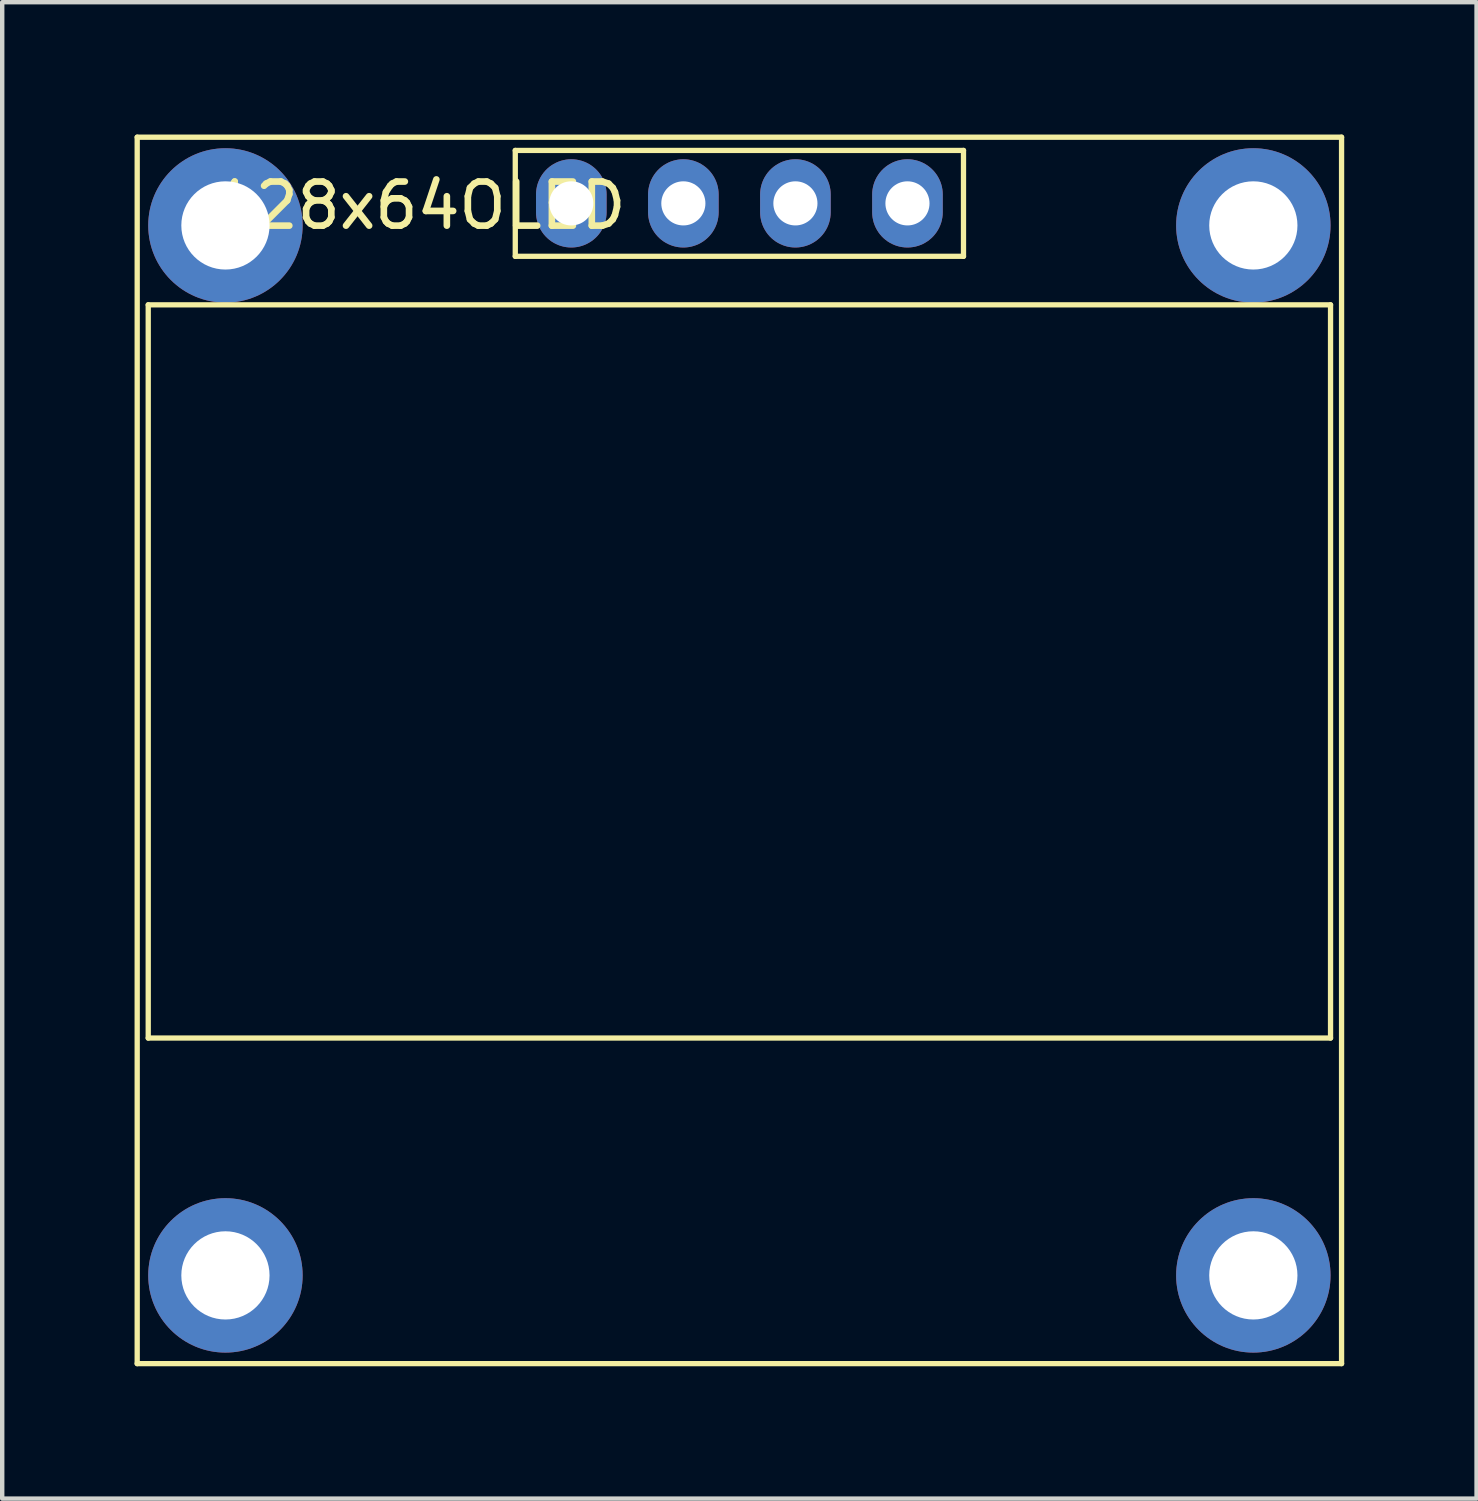
<source format=kicad_pcb>
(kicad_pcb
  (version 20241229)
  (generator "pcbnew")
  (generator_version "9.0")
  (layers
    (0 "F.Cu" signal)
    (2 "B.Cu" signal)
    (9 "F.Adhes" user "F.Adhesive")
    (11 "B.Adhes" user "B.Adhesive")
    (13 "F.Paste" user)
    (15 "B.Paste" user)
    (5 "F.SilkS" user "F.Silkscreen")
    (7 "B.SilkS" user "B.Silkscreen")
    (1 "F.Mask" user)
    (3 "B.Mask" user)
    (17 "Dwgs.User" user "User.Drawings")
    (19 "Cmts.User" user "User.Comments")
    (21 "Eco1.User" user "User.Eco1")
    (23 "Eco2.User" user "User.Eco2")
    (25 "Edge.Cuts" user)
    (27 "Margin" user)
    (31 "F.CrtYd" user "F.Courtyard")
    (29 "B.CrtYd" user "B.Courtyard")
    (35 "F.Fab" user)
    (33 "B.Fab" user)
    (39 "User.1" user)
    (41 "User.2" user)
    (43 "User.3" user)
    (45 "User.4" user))
  (footprint "128x64OLED"
    (layer "F.Cu")
    (at 13.71 12.86)
    (property "Reference" "128x64OLED" (at -7.25 -11.25 180) (layer "F.SilkS") (effects (font (size 1 1) (thickness 0.15))))
    (attr through_hole)
    (fp_line (start -13.65 -12.8) (end 13.65 -12.8) (stroke (width 0.12) (type solid)) (layer "F.SilkS"))
    (fp_line (start -13.65 15) (end -13.65 -12.8) (stroke (width 0.12) (type solid)) (layer "F.SilkS"))
    (fp_line (start -13.4 -9) (end 13.4 -9) (stroke (width 0.12) (type solid)) (layer "F.SilkS"))
    (fp_line (start -13.4 7.62) (end -13.4 -9) (stroke (width 0.12) (type solid)) (layer "F.SilkS"))
    (fp_line (start -5.08 -12.5) (end -5.08 -10.1) (stroke (width 0.12) (type solid)) (layer "F.SilkS"))
    (fp_line (start -5.08 -12.5) (end 5.08 -12.5) (stroke (width 0.12) (type solid)) (layer "F.SilkS"))
    (fp_line (start 5.08 -12.5) (end 5.08 -10.1) (stroke (width 0.12) (type solid)) (layer "F.SilkS"))
    (fp_line (start 5.08 -10.1) (end -5.08 -10.1) (stroke (width 0.12) (type solid)) (layer "F.SilkS"))
    (fp_line (start 13.4 7.62) (end -13.4 7.62) (stroke (width 0.12) (type solid)) (layer "F.SilkS"))
    (fp_line (start 13.4 7.62) (end 13.4 -9) (stroke (width 0.12) (type solid)) (layer "F.SilkS"))
    (fp_line (start 13.65 -12.8) (end 13.65 15) (stroke (width 0.12) (type solid)) (layer "F.SilkS"))
    (fp_line (start 13.65 15) (end -13.65 15) (stroke (width 0.12) (type solid)) (layer "F.SilkS"))
    (pad "" thru_hole circle (at -11.65 -10.8 90) (size 3.5 3.5) (drill 2) (layers "*.Cu" "*.Mask"))
    (pad "" thru_hole circle (at -11.65 13 90) (size 3.5 3.5) (drill 2) (layers "*.Cu" "*.Mask"))
    (pad "" thru_hole circle (at 11.65 -10.8 90) (size 3.5 3.5) (drill 2) (layers "*.Cu" "*.Mask"))
    (pad "" thru_hole circle (at 11.65 13 90) (size 3.5 3.5) (drill 2) (layers "*.Cu" "*.Mask"))
    (pad "1" thru_hole oval (at -3.81 -11.3 90) (size 2 1.6) (drill 1) (layers "*.Cu" "*.Mask"))
    (pad "2" thru_hole oval (at -1.27 -11.3 90) (size 2 1.6) (drill 1) (layers "*.Cu" "*.Mask"))
    (pad "3" thru_hole oval (at 1.27 -11.3 90) (size 2 1.6) (drill 1) (layers "*.Cu" "*.Mask"))
    (pad "4" thru_hole oval (at 3.81 -11.3 90) (size 2 1.6) (drill 1) (layers "*.Cu" "*.Mask")))
  (gr_rect
    (start -3 -3)
    (end 30.42 30.92)
    (stroke (width 0.1) (type default))
    (fill no)
    (layer "Edge.Cuts")))
</source>
